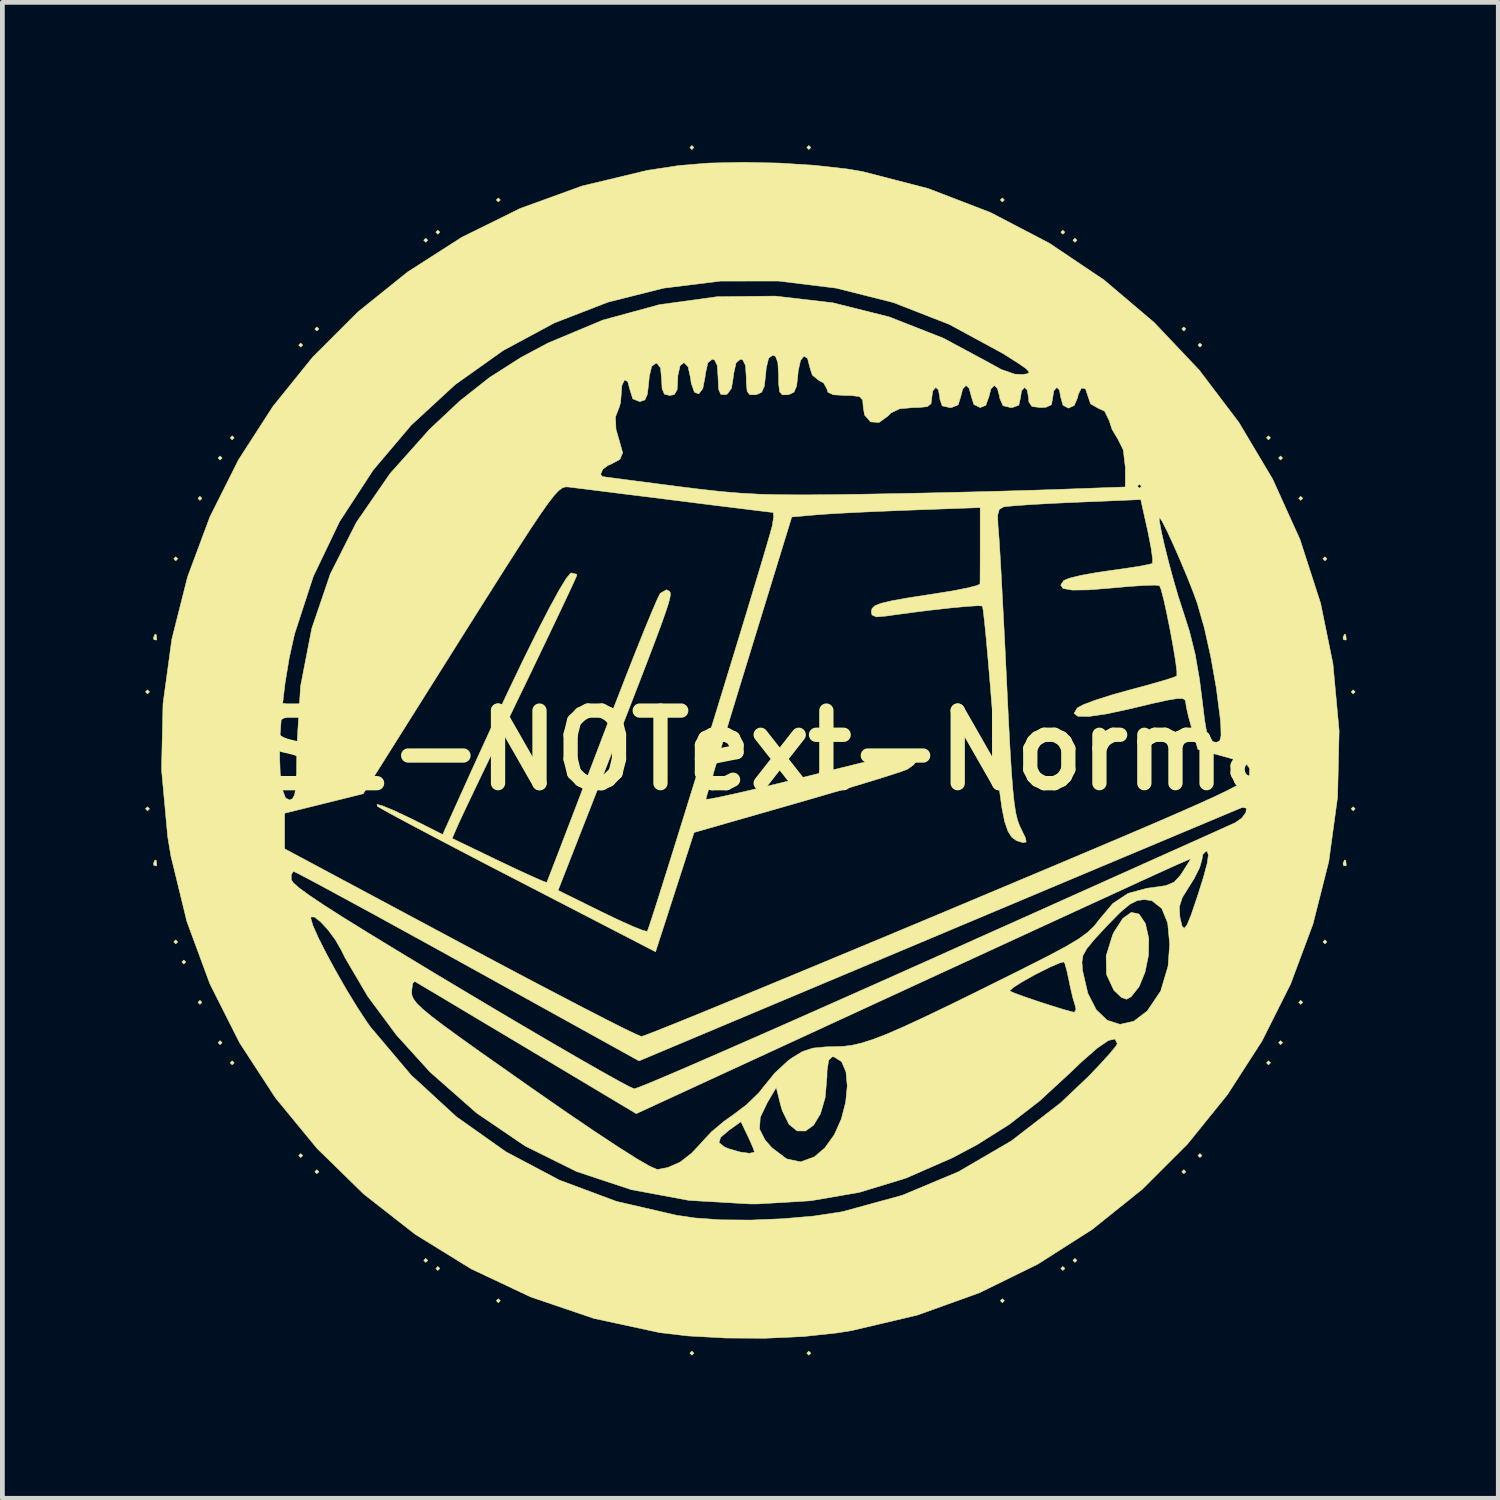
<source format=kicad_pcb>
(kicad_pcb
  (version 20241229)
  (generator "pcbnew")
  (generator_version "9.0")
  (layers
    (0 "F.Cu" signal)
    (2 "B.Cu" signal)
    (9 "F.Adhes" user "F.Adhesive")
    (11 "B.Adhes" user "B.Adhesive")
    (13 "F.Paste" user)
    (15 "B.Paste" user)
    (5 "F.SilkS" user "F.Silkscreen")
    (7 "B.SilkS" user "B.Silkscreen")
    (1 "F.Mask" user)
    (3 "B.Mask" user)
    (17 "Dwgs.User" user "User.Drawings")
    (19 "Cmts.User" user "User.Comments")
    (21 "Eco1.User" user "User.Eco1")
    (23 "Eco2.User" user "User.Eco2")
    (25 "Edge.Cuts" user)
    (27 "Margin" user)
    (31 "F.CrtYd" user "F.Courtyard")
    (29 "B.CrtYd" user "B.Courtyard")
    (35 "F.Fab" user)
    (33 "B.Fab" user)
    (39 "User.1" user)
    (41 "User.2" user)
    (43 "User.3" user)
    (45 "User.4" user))
  (footprint "MSE-NOText-Normal"
    (layer "F.Cu")
    (at 12.705 12.705)
    (property "Reference" "MSE-NOText-Normal" (at 0 0 0) (layer "F.SilkS") (effects (font (size 1.524 1.524) (thickness 0.3))))
    (attr through_hole)
    (fp_poly (pts (xy -12.615 -1.228) (xy -12.658 -1.185) (xy -12.7 -1.228) (xy -12.658 -1.27) (xy -12.615 -1.228)) (stroke (width 0.01) (type solid)) (fill yes) (layer "F.SilkS"))
    (fp_poly (pts (xy -12.615 1.228) (xy -12.658 1.27) (xy -12.7 1.228) (xy -12.658 1.185) (xy -12.615 1.228)) (stroke (width 0.01) (type solid)) (fill yes) (layer "F.SilkS"))
    (fp_poly (pts (xy -12.023 -4.022) (xy -12.065 -3.979) (xy -12.107 -4.022) (xy -12.065 -4.064) (xy -12.023 -4.022)) (stroke (width 0.01) (type solid)) (fill yes) (layer "F.SilkS"))
    (fp_poly (pts (xy -12.023 4.022) (xy -12.065 4.064) (xy -12.107 4.022) (xy -12.065 3.979) (xy -12.023 4.022)) (stroke (width 0.01) (type solid)) (fill yes) (layer "F.SilkS"))
    (fp_poly (pts (xy -11.853 4.445) (xy -11.896 4.487) (xy -11.938 4.445) (xy -11.896 4.403) (xy -11.853 4.445)) (stroke (width 0.01) (type solid)) (fill yes) (layer "F.SilkS"))
    (fp_poly (pts (xy -11.515 -5.292) (xy -11.557 -5.249) (xy -11.599 -5.292) (xy -11.557 -5.334) (xy -11.515 -5.292)) (stroke (width 0.01) (type solid)) (fill yes) (layer "F.SilkS"))
    (fp_poly (pts (xy -11.515 5.292) (xy -11.557 5.334) (xy -11.599 5.292) (xy -11.557 5.249) (xy -11.515 5.292)) (stroke (width 0.01) (type solid)) (fill yes) (layer "F.SilkS"))
    (fp_poly (pts (xy -11.091 -6.138) (xy -11.134 -6.096) (xy -11.176 -6.138) (xy -11.134 -6.181) (xy -11.091 -6.138)) (stroke (width 0.01) (type solid)) (fill yes) (layer "F.SilkS"))
    (fp_poly (pts (xy -11.091 6.138) (xy -11.134 6.181) (xy -11.176 6.138) (xy -11.134 6.096) (xy -11.091 6.138)) (stroke (width 0.01) (type solid)) (fill yes) (layer "F.SilkS"))
    (fp_poly (pts (xy -10.837 -6.562) (xy -10.88 -6.519) (xy -10.922 -6.562) (xy -10.88 -6.604) (xy -10.837 -6.562)) (stroke (width 0.01) (type solid)) (fill yes) (layer "F.SilkS"))
    (fp_poly (pts (xy -10.837 6.562) (xy -10.88 6.604) (xy -10.922 6.562) (xy -10.88 6.519) (xy -10.837 6.562)) (stroke (width 0.01) (type solid)) (fill yes) (layer "F.SilkS"))
    (fp_poly (pts (xy -9.398 -8.509) (xy -9.44 -8.467) (xy -9.483 -8.509) (xy -9.44 -8.551) (xy -9.398 -8.509)) (stroke (width 0.01) (type solid)) (fill yes) (layer "F.SilkS"))
    (fp_poly (pts (xy -9.398 8.509) (xy -9.44 8.551) (xy -9.483 8.509) (xy -9.44 8.467) (xy -9.398 8.509)) (stroke (width 0.01) (type solid)) (fill yes) (layer "F.SilkS"))
    (fp_poly (pts (xy -9.059 -8.848) (xy -9.102 -8.805) (xy -9.144 -8.848) (xy -9.102 -8.89) (xy -9.059 -8.848)) (stroke (width 0.01) (type solid)) (fill yes) (layer "F.SilkS"))
    (fp_poly (pts (xy -9.059 8.848) (xy -9.102 8.89) (xy -9.144 8.848) (xy -9.102 8.805) (xy -9.059 8.848)) (stroke (width 0.01) (type solid)) (fill yes) (layer "F.SilkS"))
    (fp_poly (pts (xy -6.773 -10.71) (xy -6.816 -10.668) (xy -6.858 -10.71) (xy -6.816 -10.753) (xy -6.773 -10.71)) (stroke (width 0.01) (type solid)) (fill yes) (layer "F.SilkS"))
    (fp_poly (pts (xy -6.773 10.71) (xy -6.816 10.753) (xy -6.858 10.71) (xy -6.816 10.668) (xy -6.773 10.71)) (stroke (width 0.01) (type solid)) (fill yes) (layer "F.SilkS"))
    (fp_poly (pts (xy -6.519 -10.88) (xy -6.562 -10.837) (xy -6.604 -10.88) (xy -6.562 -10.922) (xy -6.519 -10.88)) (stroke (width 0.01) (type solid)) (fill yes) (layer "F.SilkS"))
    (fp_poly (pts (xy -6.519 10.88) (xy -6.562 10.922) (xy -6.604 10.88) (xy -6.562 10.837) (xy -6.519 10.88)) (stroke (width 0.01) (type solid)) (fill yes) (layer "F.SilkS"))
    (fp_poly (pts (xy -5.249 -11.557) (xy -5.292 -11.515) (xy -5.334 -11.557) (xy -5.292 -11.599) (xy -5.249 -11.557)) (stroke (width 0.01) (type solid)) (fill yes) (layer "F.SilkS"))
    (fp_poly (pts (xy -5.249 11.557) (xy -5.292 11.599) (xy -5.334 11.557) (xy -5.292 11.515) (xy -5.249 11.557)) (stroke (width 0.01) (type solid)) (fill yes) (layer "F.SilkS"))
    (fp_poly (pts (xy -1.185 -12.658) (xy -1.228 -12.615) (xy -1.27 -12.658) (xy -1.228 -12.7) (xy -1.185 -12.658)) (stroke (width 0.01) (type solid)) (fill yes) (layer "F.SilkS"))
    (fp_poly (pts (xy -1.185 12.658) (xy -1.228 12.7) (xy -1.27 12.658) (xy -1.228 12.615) (xy -1.185 12.658)) (stroke (width 0.01) (type solid)) (fill yes) (layer "F.SilkS"))
    (fp_poly (pts (xy 1.27 -12.658) (xy 1.228 -12.615) (xy 1.185 -12.658) (xy 1.228 -12.7) (xy 1.27 -12.658)) (stroke (width 0.01) (type solid)) (fill yes) (layer "F.SilkS"))
    (fp_poly (pts (xy 1.27 12.658) (xy 1.228 12.7) (xy 1.185 12.658) (xy 1.228 12.615) (xy 1.27 12.658)) (stroke (width 0.01) (type solid)) (fill yes) (layer "F.SilkS"))
    (fp_poly (pts (xy 5.334 -11.557) (xy 5.292 -11.515) (xy 5.249 -11.557) (xy 5.292 -11.599) (xy 5.334 -11.557)) (stroke (width 0.01) (type solid)) (fill yes) (layer "F.SilkS"))
    (fp_poly (pts (xy 5.334 11.557) (xy 5.292 11.599) (xy 5.249 11.557) (xy 5.292 11.515) (xy 5.334 11.557)) (stroke (width 0.01) (type solid)) (fill yes) (layer "F.SilkS"))
    (fp_poly (pts (xy 6.604 -10.88) (xy 6.562 -10.837) (xy 6.519 -10.88) (xy 6.562 -10.922) (xy 6.604 -10.88)) (stroke (width 0.01) (type solid)) (fill yes) (layer "F.SilkS"))
    (fp_poly (pts (xy 6.604 10.88) (xy 6.562 10.922) (xy 6.519 10.88) (xy 6.562 10.837) (xy 6.604 10.88)) (stroke (width 0.01) (type solid)) (fill yes) (layer "F.SilkS"))
    (fp_poly (pts (xy 6.858 -10.71) (xy 6.816 -10.668) (xy 6.773 -10.71) (xy 6.816 -10.753) (xy 6.858 -10.71)) (stroke (width 0.01) (type solid)) (fill yes) (layer "F.SilkS"))
    (fp_poly (pts (xy 6.858 10.71) (xy 6.816 10.753) (xy 6.773 10.71) (xy 6.816 10.668) (xy 6.858 10.71)) (stroke (width 0.01) (type solid)) (fill yes) (layer "F.SilkS"))
    (fp_poly (pts (xy 9.144 -8.848) (xy 9.102 -8.805) (xy 9.059 -8.848) (xy 9.102 -8.89) (xy 9.144 -8.848)) (stroke (width 0.01) (type solid)) (fill yes) (layer "F.SilkS"))
    (fp_poly (pts (xy 9.144 8.848) (xy 9.102 8.89) (xy 9.059 8.848) (xy 9.102 8.805) (xy 9.144 8.848)) (stroke (width 0.01) (type solid)) (fill yes) (layer "F.SilkS"))
    (fp_poly (pts (xy 9.483 -8.509) (xy 9.44 -8.467) (xy 9.398 -8.509) (xy 9.44 -8.551) (xy 9.483 -8.509)) (stroke (width 0.01) (type solid)) (fill yes) (layer "F.SilkS"))
    (fp_poly (pts (xy 9.483 8.509) (xy 9.44 8.551) (xy 9.398 8.509) (xy 9.44 8.467) (xy 9.483 8.509)) (stroke (width 0.01) (type solid)) (fill yes) (layer "F.SilkS"))
    (fp_poly (pts (xy 10.922 -6.562) (xy 10.88 -6.519) (xy 10.837 -6.562) (xy 10.88 -6.604) (xy 10.922 -6.562)) (stroke (width 0.01) (type solid)) (fill yes) (layer "F.SilkS"))
    (fp_poly (pts (xy 10.922 6.562) (xy 10.88 6.604) (xy 10.837 6.562) (xy 10.88 6.519) (xy 10.922 6.562)) (stroke (width 0.01) (type solid)) (fill yes) (layer "F.SilkS"))
    (fp_poly (pts (xy 11.176 -6.138) (xy 11.134 -6.096) (xy 11.091 -6.138) (xy 11.134 -6.181) (xy 11.176 -6.138)) (stroke (width 0.01) (type solid)) (fill yes) (layer "F.SilkS"))
    (fp_poly (pts (xy 11.176 6.138) (xy 11.134 6.181) (xy 11.091 6.138) (xy 11.134 6.096) (xy 11.176 6.138)) (stroke (width 0.01) (type solid)) (fill yes) (layer "F.SilkS"))
    (fp_poly (pts (xy 11.599 -5.292) (xy 11.557 -5.249) (xy 11.515 -5.292) (xy 11.557 -5.334) (xy 11.599 -5.292)) (stroke (width 0.01) (type solid)) (fill yes) (layer "F.SilkS"))
    (fp_poly (pts (xy 11.599 5.292) (xy 11.557 5.334) (xy 11.515 5.292) (xy 11.557 5.249) (xy 11.599 5.292)) (stroke (width 0.01) (type solid)) (fill yes) (layer "F.SilkS"))
    (fp_poly (pts (xy 12.107 -4.022) (xy 12.065 -3.979) (xy 12.023 -4.022) (xy 12.065 -4.064) (xy 12.107 -4.022)) (stroke (width 0.01) (type solid)) (fill yes) (layer "F.SilkS"))
    (fp_poly (pts (xy 12.107 4.022) (xy 12.065 4.064) (xy 12.023 4.022) (xy 12.065 3.979) (xy 12.107 4.022)) (stroke (width 0.01) (type solid)) (fill yes) (layer "F.SilkS"))
    (fp_poly (pts (xy 12.7 -1.228) (xy 12.658 -1.185) (xy 12.615 -1.228) (xy 12.658 -1.27) (xy 12.7 -1.228)) (stroke (width 0.01) (type solid)) (fill yes) (layer "F.SilkS"))
    (fp_poly (pts (xy 12.7 1.228) (xy 12.658 1.27) (xy 12.615 1.228) (xy 12.658 1.185) (xy 12.7 1.228)) (stroke (width 0.01) (type solid)) (fill yes) (layer "F.SilkS"))
    (fp_poly (pts (xy -12.474 -2.427) (xy -12.464 -2.327) (xy -12.474 -2.314) (xy -12.525 -2.326) (xy -12.531 -2.371) (xy -12.5 -2.44) (xy -12.474 -2.427)) (stroke (width 0.01) (type solid)) (fill yes) (layer "F.SilkS"))
    (fp_poly (pts (xy -12.474 2.314) (xy -12.464 2.415) (xy -12.474 2.427) (xy -12.525 2.415) (xy -12.531 2.371) (xy -12.5 2.301) (xy -12.474 2.314)) (stroke (width 0.01) (type solid)) (fill yes) (layer "F.SilkS"))
    (fp_poly (pts (xy 12.502 -2.427) (xy 12.513 -2.327) (xy 12.502 -2.314) (xy 12.452 -2.326) (xy 12.446 -2.371) (xy 12.477 -2.44) (xy 12.502 -2.427)) (stroke (width 0.01) (type solid)) (fill yes) (layer "F.SilkS"))
    (fp_poly (pts (xy 12.502 2.314) (xy 12.513 2.415) (xy 12.502 2.427) (xy 12.452 2.415) (xy 12.446 2.371) (xy 12.477 2.301) (xy 12.502 2.314)) (stroke (width 0.01) (type solid)) (fill yes) (layer "F.SilkS"))
    (fp_poly (pts (xy 8.161 3.437) (xy 8.295 3.634) (xy 8.296 3.637) (xy 8.366 3.948) (xy 8.36 4.304) (xy 8.288 4.658) (xy 8.163 4.963) (xy 7.997 5.172) (xy 7.899 5.227) (xy 7.791 5.188) (xy 7.646 5.051) (xy 7.629 5.03) (xy 7.479 4.707) (xy 7.471 4.315) (xy 7.606 3.879) (xy 7.641 3.807) (xy 7.823 3.527) (xy 8 3.402) (xy 8.161 3.437)) (stroke (width 0.01) (type solid)) (fill yes) (layer "F.SilkS"))
    (fp_poly (pts (xy 0.609 -12.331) (xy 1.357 -12.283) (xy 2.029 -12.208) (xy 2.355 -12.153) (xy 3.732 -11.797) (xy 5.043 -11.293) (xy 6.277 -10.649) (xy 7.426 -9.877) (xy 8.478 -8.985) (xy 9.426 -7.984) (xy 10.259 -6.884) (xy 10.968 -5.694) (xy 11.542 -4.426) (xy 11.974 -3.089) (xy 12.233 -1.82) (xy 12.363 -0.41) (xy 12.331 0.978) (xy 12.146 2.334) (xy 11.814 3.647) (xy 11.344 4.908) (xy 10.743 6.105) (xy 10.019 7.229) (xy 9.178 8.269) (xy 8.23 9.216) (xy 7.181 10.058) (xy 6.039 10.787) (xy 4.812 11.39) (xy 3.507 11.859) (xy 2.131 12.183) (xy 1.82 12.233) (xy 1.112 12.309) (xy 0.309 12.345) (xy -0.521 12.34) (xy -1.31 12.296) (xy -1.902 12.227) (xy -3.287 11.928) (xy -4.611 11.478) (xy -5.864 10.887) (xy -7.036 10.163) (xy -8.118 9.317) (xy -9.099 8.358) (xy -9.971 7.297) (xy -10.723 6.143) (xy -11.347 4.906) (xy -11.831 3.595) (xy -11.847 3.529) (xy -9.229 3.529) (xy -9.186 3.676) (xy -9.072 3.934) (xy -8.903 4.267) (xy -8.698 4.645) (xy -8.476 5.032) (xy -8.254 5.396) (xy -8.051 5.704) (xy -7.978 5.807) (xy -7.126 6.816) (xy -6.174 7.692) (xy -5.131 8.43) (xy -4.007 9.025) (xy -2.811 9.471) (xy -1.551 9.762) (xy -1.161 9.819) (xy -0.626 9.858) (xy 0.012 9.863) (xy 0.687 9.835) (xy 1.337 9.778) (xy 1.899 9.693) (xy 1.942 9.685) (xy 3.191 9.343) (xy 4.373 8.847) (xy 5.482 8.2) (xy 6.513 7.404) (xy 7.091 6.857) (xy 7.346 6.59) (xy 7.549 6.366) (xy 7.676 6.212) (xy 7.705 6.161) (xy 7.659 6.062) (xy 7.521 6.091) (xy 7.288 6.25) (xy 6.956 6.54) (xy 6.73 6.757) (xy 6.073 7.362) (xy 5.434 7.857) (xy 4.757 8.283) (xy 4.245 8.555) (xy 3.265 8.984) (xy 2.288 9.282) (xy 1.268 9.458) (xy 0.161 9.524) (xy 0 9.525) (xy -1.289 9.45) (xy -2.503 9.224) (xy -3.648 8.844) (xy -4.729 8.308) (xy -5.75 7.614) (xy -6.719 6.76) (xy -6.741 6.738) (xy -7.432 5.976) (xy -8.033 5.166) (xy -8.089 5.071) (xy -7.112 5.071) (xy -7.105 5.144) (xy -7.073 5.22) (xy -7.005 5.311) (xy -6.886 5.427) (xy -6.703 5.579) (xy -6.443 5.777) (xy -6.092 6.033) (xy -5.637 6.358) (xy -5.065 6.76) (xy -4.636 7.062) (xy -3.914 7.564) (xy -3.293 7.986) (xy -2.78 8.325) (xy -2.382 8.577) (xy -2.105 8.737) (xy -1.956 8.8) (xy -1.947 8.801) (xy -1.731 8.759) (xy -1.488 8.653) (xy -1.467 8.641) (xy -1.228 8.454) (xy -1.026 8.238) (xy -0.658 8.238) (xy -0.538 8.331) (xy -0.445 8.368) (xy -0.212 8.435) (xy -0.019 8.461) (xy 0.081 8.439) (xy 0.085 8.427) (xy 0.052 8.333) (xy -0.03 8.147) (xy -0.056 8.093) (xy -0.124 7.951) (xy 0.192 7.951) (xy 0.31 8.184) (xy 0.457 8.348) (xy 0.763 8.579) (xy 1.055 8.641) (xy 1.345 8.536) (xy 1.566 8.346) (xy 1.764 8.07) (xy 1.911 7.739) (xy 2.002 7.386) (xy 2.035 7.046) (xy 2.008 6.752) (xy 1.917 6.538) (xy 1.761 6.438) (xy 1.719 6.435) (xy 1.645 6.506) (xy 1.611 6.727) (xy 1.609 6.856) (xy 1.571 7.292) (xy 1.472 7.633) (xy 1.328 7.871) (xy 1.158 7.993) (xy 0.98 7.991) (xy 0.811 7.852) (xy 0.671 7.566) (xy 0.632 7.432) (xy 0.544 7.079) (xy 0.357 7.396) (xy 0.209 7.705) (xy 0.192 7.951) (xy -0.124 7.951) (xy -0.197 7.797) (xy -0.437 7.968) (xy -0.624 8.126) (xy -0.658 8.238) (xy -1.026 8.238) (xy -1.013 8.224) (xy -1.001 8.208) (xy -0.818 8.012) (xy -0.556 7.792) (xy -0.363 7.656) (xy -0.078 7.44) (xy 0.18 7.189) (xy 0.3 7.037) (xy 0.515 6.775) (xy 0.784 6.525) (xy 0.867 6.463) (xy 1.094 6.325) (xy 1.314 6.252) (xy 1.597 6.225) (xy 1.771 6.222) (xy 1.948 6.216) (xy 2.129 6.194) (xy 2.33 6.148) (xy 2.567 6.073) (xy 2.856 5.962) (xy 3.213 5.807) (xy 3.654 5.603) (xy 4.196 5.343) (xy 4.799 5.047) (xy 5.447 5.047) (xy 5.448 5.053) (xy 5.542 5.096) (xy 5.75 5.172) (xy 6.024 5.266) (xy 6.315 5.36) (xy 6.575 5.441) (xy 6.756 5.491) (xy 6.804 5.5) (xy 6.838 5.439) (xy 6.819 5.355) (xy 6.767 5.18) (xy 6.709 4.926) (xy 6.693 4.843) (xy 6.643 4.613) (xy 6.6 4.465) (xy 6.591 4.449) (xy 6.963 4.449) (xy 6.976 4.621) (xy 6.979 4.637) (xy 7.086 5.1) (xy 7.263 5.447) (xy 7.495 5.668) (xy 7.763 5.753) (xy 8.05 5.689) (xy 8.334 5.473) (xy 8.616 5.055) (xy 8.771 4.532) (xy 8.805 4.071) (xy 8.763 3.625) (xy 8.638 3.319) (xy 8.596 3.286) (xy 9.008 3.286) (xy 9.019 3.493) (xy 9.025 3.525) (xy 9.064 3.688) (xy 9.109 3.739) (xy 9.169 3.666) (xy 9.256 3.455) (xy 9.378 3.094) (xy 9.38 3.09) (xy 9.516 2.66) (xy 9.594 2.368) (xy 9.618 2.195) (xy 9.591 2.122) (xy 9.569 2.117) (xy 9.5 2.188) (xy 9.483 2.292) (xy 9.436 2.459) (xy 9.318 2.695) (xy 9.225 2.842) (xy 9.07 3.092) (xy 9.008 3.286) (xy 8.596 3.286) (xy 8.433 3.158) (xy 8.277 3.133) (xy 8.125 3.154) (xy 7.969 3.232) (xy 7.777 3.392) (xy 7.516 3.655) (xy 7.47 3.704) (xy 7.218 3.977) (xy 7.063 4.166) (xy 6.984 4.31) (xy 6.963 4.449) (xy 6.591 4.449) (xy 6.587 4.443) (xy 6.501 4.462) (xy 6.305 4.546) (xy 6.038 4.678) (xy 5.979 4.709) (xy 5.714 4.857) (xy 5.525 4.977) (xy 5.447 5.047) (xy 4.799 5.047) (xy 4.853 5.02) (xy 5.644 4.627) (xy 5.761 4.568) (xy 6.261 4.315) (xy 6.632 4.116) (xy 6.9 3.956) (xy 7.089 3.817) (xy 7.225 3.685) (xy 7.315 3.568) (xy 7.61 3.217) (xy 7.932 3.003) (xy 8.332 2.895) (xy 8.45 2.88) (xy 8.727 2.84) (xy 8.899 2.767) (xy 9.027 2.628) (xy 9.076 2.555) (xy 9.253 2.273) (xy 8.966 2.397) (xy 8.843 2.453) (xy 8.579 2.573) (xy 8.187 2.752) (xy 7.681 2.985) (xy 7.073 3.264) (xy 6.375 3.585) (xy 5.602 3.941) (xy 4.767 4.326) (xy 3.881 4.734) (xy 3.142 5.075) (xy -2.395 7.629) (xy -4.69 6.257) (xy -5.255 5.92) (xy -5.773 5.611) (xy -6.226 5.34) (xy -6.598 5.118) (xy -6.869 4.957) (xy -7.022 4.866) (xy -7.048 4.851) (xy -7.092 4.898) (xy -7.112 5.061) (xy -7.112 5.071) (xy -8.089 5.071) (xy -8.511 4.353) (xy -8.587 4.198) (xy -8.712 3.98) (xy -8.866 3.771) (xy -9.022 3.602) (xy -9.15 3.501) (xy -9.222 3.498) (xy -9.229 3.529) (xy -11.847 3.529) (xy -12.071 2.61) (xy -9.639 2.61) (xy -9.637 2.719) (xy -9.594 2.784) (xy -9.474 2.889) (xy -9.267 3.04) (xy -8.965 3.243) (xy -8.558 3.503) (xy -8.037 3.826) (xy -7.393 4.219) (xy -6.617 4.688) (xy -6.096 5) (xy -5.392 5.42) (xy -4.729 5.812) (xy -4.121 6.168) (xy -3.585 6.479) (xy -3.133 6.737) (xy -2.782 6.933) (xy -2.545 7.06) (xy -2.438 7.107) (xy -2.436 7.107) (xy -2.338 7.074) (xy -2.097 6.977) (xy -1.725 6.82) (xy -1.236 6.61) (xy -0.639 6.35) (xy 0.051 6.048) (xy 0.825 5.707) (xy 1.669 5.333) (xy 2.571 4.932) (xy 3.52 4.508) (xy 3.829 4.37) (xy 4.793 3.937) (xy 5.717 3.524) (xy 6.587 3.133) (xy 7.392 2.772) (xy 8.119 2.446) (xy 8.756 2.16) (xy 9.292 1.92) (xy 9.713 1.731) (xy 10.007 1.598) (xy 10.163 1.528) (xy 10.181 1.52) (xy 10.32 1.422) (xy 10.405 1.306) (xy 10.417 1.216) (xy 10.339 1.198) (xy 10.308 1.208) (xy 10.215 1.246) (xy 9.978 1.345) (xy 9.609 1.5) (xy 9.119 1.706) (xy 8.521 1.957) (xy 7.827 2.248) (xy 7.048 2.575) (xy 6.196 2.933) (xy 5.284 3.317) (xy 4.323 3.721) (xy 3.933 3.885) (xy -2.337 6.521) (xy -5.931 4.531) (xy -6.647 4.135) (xy -7.319 3.766) (xy -7.931 3.43) (xy -8.47 3.137) (xy -8.92 2.893) (xy -9.267 2.707) (xy -9.496 2.587) (xy -9.593 2.541) (xy -9.594 2.541) (xy -9.639 2.61) (xy -12.071 2.61) (xy -12.166 2.221) (xy -12.233 1.82) (xy -12.279 1.321) (xy -9.779 1.321) (xy -9.779 2.067) (xy -6.096 4.038) (xy -5.366 4.428) (xy -4.679 4.792) (xy -4.049 5.122) (xy -3.493 5.412) (xy -3.024 5.653) (xy -2.657 5.838) (xy -2.408 5.958) (xy -2.291 6.007) (xy -2.286 6.008) (xy -2.19 5.976) (xy -1.95 5.883) (xy -1.577 5.734) (xy -1.084 5.534) (xy -0.483 5.287) (xy 0.214 5) (xy 0.996 4.676) (xy 1.85 4.321) (xy 2.765 3.94) (xy 3.729 3.537) (xy 4.149 3.361) (xy 5.291 2.881) (xy 6.288 2.462) (xy 7.148 2.099) (xy 7.882 1.788) (xy 8.5 1.524) (xy 9.011 1.302) (xy 9.426 1.119) (xy 9.755 0.969) (xy 10.008 0.848) (xy 10.194 0.751) (xy 10.325 0.674) (xy 10.409 0.613) (xy 10.456 0.563) (xy 10.478 0.519) (xy 10.482 0.498) (xy 10.482 0.379) (xy 10.426 0.297) (xy 10.279 0.227) (xy 10.007 0.146) (xy 9.953 0.131) (xy 9.399 -0.019) (xy 9.272 -0.448) (xy 9.199 -0.713) (xy 9.153 -0.92) (xy 9.144 -0.989) (xy 9.133 -1.052) (xy 9.083 -1.086) (xy 8.97 -1.088) (xy 8.767 -1.055) (xy 8.451 -0.986) (xy 7.996 -0.877) (xy 7.993 -0.876) (xy 7.48 -0.765) (xy 7.106 -0.711) (xy 6.877 -0.715) (xy 6.797 -0.777) (xy 6.865 -0.89) (xy 6.992 -0.959) (xy 7.246 -1.054) (xy 7.589 -1.163) (xy 7.948 -1.264) (xy 8.329 -1.366) (xy 8.647 -1.457) (xy 8.867 -1.525) (xy 8.955 -1.561) (xy 8.956 -1.655) (xy 8.929 -1.873) (xy 8.879 -2.174) (xy 8.817 -2.515) (xy 8.748 -2.856) (xy 8.683 -3.155) (xy 8.627 -3.37) (xy 8.592 -3.459) (xy 8.495 -3.469) (xy 8.264 -3.462) (xy 7.937 -3.44) (xy 7.596 -3.409) (xy 7.1 -3.369) (xy 6.76 -3.365) (xy 6.568 -3.398) (xy 6.517 -3.469) (xy 6.58 -3.565) (xy 6.699 -3.615) (xy 6.947 -3.675) (xy 7.282 -3.735) (xy 7.537 -3.772) (xy 7.9 -3.823) (xy 8.197 -3.87) (xy 8.39 -3.909) (xy 8.443 -3.927) (xy 8.446 -4.024) (xy 8.416 -4.243) (xy 8.358 -4.541) (xy 8.342 -4.618) (xy 8.281 -4.89) (xy 8.587 -4.89) (xy 8.591 -4.797) (xy 8.633 -4.58) (xy 8.702 -4.277) (xy 8.79 -3.926) (xy 8.888 -3.566) (xy 8.984 -3.236) (xy 9.059 -3.006) (xy 9.22 -2.502) (xy 9.339 -2.024) (xy 9.43 -1.5) (xy 9.491 -1.025) (xy 9.538 -0.637) (xy 9.581 -0.388) (xy 9.629 -0.247) (xy 9.693 -0.184) (xy 9.784 -0.169) (xy 9.788 -0.169) (xy 9.856 -0.198) (xy 9.884 -0.307) (xy 9.878 -0.531) (xy 9.863 -0.699) (xy 9.784 -1.31) (xy 9.67 -1.955) (xy 9.534 -2.566) (xy 9.388 -3.077) (xy 9.384 -3.089) (xy 9.287 -3.355) (xy 9.159 -3.675) (xy 9.016 -4.015) (xy 8.872 -4.342) (xy 8.743 -4.619) (xy 8.644 -4.814) (xy 8.59 -4.891) (xy 8.587 -4.89) (xy 8.281 -4.89) (xy 8.198 -5.265) (xy 6.829 -5.208) (xy 6.355 -5.186) (xy 5.934 -5.163) (xy 5.597 -5.14) (xy 5.376 -5.12) (xy 5.313 -5.11) (xy 5.227 -5.058) (xy 5.193 -4.938) (xy 5.201 -4.706) (xy 5.208 -4.63) (xy 5.223 -4.438) (xy 5.244 -4.101) (xy 5.27 -3.644) (xy 5.299 -3.091) (xy 5.332 -2.465) (xy 5.365 -1.792) (xy 5.382 -1.439) (xy 5.419 -0.669) (xy 5.452 -0.048) (xy 5.482 0.441) (xy 5.511 0.818) (xy 5.541 1.102) (xy 5.573 1.312) (xy 5.611 1.467) (xy 5.654 1.585) (xy 5.679 1.636) (xy 5.776 1.837) (xy 5.792 1.925) (xy 5.73 1.937) (xy 5.705 1.933) (xy 5.586 1.895) (xy 5.489 1.823) (xy 5.409 1.697) (xy 5.341 1.5) (xy 5.283 1.214) (xy 5.229 0.822) (xy 5.176 0.306) (xy 5.119 -0.352) (xy 5.087 -0.754) (xy 5.039 -1.351) (xy 4.993 -1.891) (xy 4.952 -2.351) (xy 4.916 -2.71) (xy 4.889 -2.943) (xy 4.873 -3.03) (xy 4.777 -3.036) (xy 4.547 -3.022) (xy 4.216 -2.991) (xy 3.818 -2.947) (xy 3.385 -2.893) (xy 2.951 -2.834) (xy 2.857 -2.82) (xy 2.645 -2.802) (xy 2.554 -2.843) (xy 2.54 -2.909) (xy 2.555 -2.978) (xy 2.616 -3.036) (xy 2.746 -3.088) (xy 2.969 -3.14) (xy 3.308 -3.201) (xy 3.788 -3.275) (xy 3.897 -3.292) (xy 4.268 -3.352) (xy 4.568 -3.412) (xy 4.764 -3.462) (xy 4.822 -3.493) (xy 4.824 -3.6) (xy 4.825 -3.836) (xy 4.826 -4.157) (xy 4.826 -4.326) (xy 4.826 -5.097) (xy 3.365 -5.044) (xy 2.84 -5.023) (xy 2.332 -5.001) (xy 1.884 -4.978) (xy 1.536 -4.957) (xy 1.387 -4.945) (xy 0.87 -4.9) (xy -0.032 -1.963) (xy -0.239 -1.289) (xy -0.429 -0.667) (xy -0.596 -0.114) (xy -0.736 0.35) (xy -0.842 0.707) (xy -0.91 0.939) (xy -0.933 1.027) (xy -0.854 1.022) (xy -0.633 0.979) (xy -0.29 0.904) (xy 0.151 0.801) (xy 0.671 0.676) (xy 1.206 0.543) (xy 1.787 0.398) (xy 2.316 0.267) (xy 2.771 0.157) (xy 3.128 0.072) (xy 3.365 0.019) (xy 3.456 0.002) (xy 3.543 0.05) (xy 3.528 0.167) (xy 3.43 0.303) (xy 3.301 0.396) (xy 3.165 0.447) (xy 2.889 0.537) (xy 2.499 0.658) (xy 2.019 0.803) (xy 1.472 0.963) (xy 0.955 1.113) (xy -1.181 1.725) (xy -1.585 2.977) (xy -1.99 4.23) (xy -4.868 2.742) (xy -5.514 2.408) (xy -6.114 2.095) (xy -6.651 1.813) (xy -7.107 1.572) (xy -7.467 1.379) (xy -7.712 1.244) (xy -7.827 1.177) (xy -7.832 1.172) (xy -7.839 1.134) (xy -7.715 1.168) (xy -7.476 1.267) (xy -7.14 1.426) (xy -6.962 1.514) (xy -6.46 1.768) (xy -5.841 0.398) (xy -5.461 -0.433) (xy -5.104 -1.198) (xy -4.775 -1.886) (xy -4.48 -2.483) (xy -4.226 -2.977) (xy -4.019 -3.357) (xy -3.866 -3.609) (xy -3.772 -3.721) (xy -3.759 -3.725) (xy -3.652 -3.699) (xy -3.641 -3.68) (xy -3.676 -3.596) (xy -3.777 -3.378) (xy -3.934 -3.044) (xy -4.139 -2.612) (xy -4.383 -2.102) (xy -4.657 -1.53) (xy -4.835 -1.162) (xy -5.13 -0.55) (xy -5.405 0.024) (xy -5.652 0.538) (xy -5.86 0.973) (xy -6.019 1.308) (xy -6.119 1.523) (xy -6.145 1.581) (xy -6.262 1.849) (xy -5.277 2.323) (xy -4.908 2.498) (xy -4.599 2.64) (xy -4.38 2.737) (xy -4.279 2.774) (xy -4.275 2.774) (xy -4.242 2.693) (xy -4.156 2.47) (xy -4.023 2.125) (xy -3.85 1.674) (xy -3.643 1.134) (xy -3.41 0.523) (xy -3.157 -0.14) (xy -3.13 -0.212) (xy -2.872 -0.886) (xy -2.629 -1.512) (xy -2.408 -2.073) (xy -2.216 -2.551) (xy -2.061 -2.926) (xy -1.951 -3.18) (xy -1.893 -3.296) (xy -1.891 -3.298) (xy -1.761 -3.371) (xy -1.699 -3.341) (xy -1.683 -3.316) (xy -1.678 -3.273) (xy -1.689 -3.2) (xy -1.719 -3.085) (xy -1.775 -2.913) (xy -1.859 -2.674) (xy -1.977 -2.355) (xy -2.133 -1.944) (xy -2.332 -1.427) (xy -2.578 -0.793) (xy -2.876 -0.03) (xy -3.23 0.877) (xy -3.321 1.11) (xy -4.037 2.94) (xy -3.122 3.392) (xy -2.765 3.563) (xy -2.467 3.697) (xy -2.256 3.781) (xy -2.165 3.802) (xy -2.165 3.802) (xy -2.132 3.715) (xy -2.056 3.484) (xy -1.942 3.129) (xy -1.796 2.666) (xy -1.623 2.115) (xy -1.43 1.494) (xy -1.221 0.822) (xy -1.003 0.116) (xy -0.78 -0.605) (xy -0.56 -1.322) (xy -0.347 -2.017) (xy -0.147 -2.672) (xy 0.034 -3.269) (xy 0.19 -3.788) (xy 0.317 -4.212) (xy 0.407 -4.521) (xy 0.456 -4.699) (xy 0.461 -4.72) (xy 0.49 -4.905) (xy 0.482 -4.994) (xy 0.478 -4.995) (xy 0.385 -5.005) (xy 0.148 -5.034) (xy -0.209 -5.078) (xy -0.664 -5.134) (xy -1.193 -5.2) (xy -1.582 -5.249) (xy -2.16 -5.322) (xy -2.693 -5.388) (xy -3.154 -5.446) (xy -3.517 -5.492) (xy -3.755 -5.521) (xy -3.828 -5.53) (xy -3.887 -5.53) (xy -3.949 -5.509) (xy -4.023 -5.454) (xy -4.119 -5.352) (xy -4.243 -5.192) (xy -4.406 -4.961) (xy -4.616 -4.648) (xy -4.88 -4.24) (xy -5.209 -3.725) (xy -5.61 -3.091) (xy -6.093 -2.325) (xy -6.094 -2.323) (xy -8.129 0.912) (xy -8.954 1.117) (xy -9.779 1.321) (xy -12.279 1.321) (xy -12.363 0.409) (xy -12.357 0.118) (xy -9.884 0.118) (xy -9.87 0.516) (xy -9.828 0.819) (xy -9.758 1.002) (xy -9.667 1.044) (xy -9.608 1.009) (xy -9.567 0.923) (xy -9.542 0.757) (xy -9.529 0.486) (xy -9.524 0.08) (xy -9.523 -0.068) (xy -9.444 -1.347) (xy -9.209 -2.558) (xy -8.819 -3.704) (xy -8.271 -4.788) (xy -7.573 -5.8) (xy -3.143 -5.8) (xy -3.111 -5.75) (xy -3.025 -5.737) (xy -2.797 -5.707) (xy -2.454 -5.662) (xy -2.023 -5.606) (xy -1.529 -5.542) (xy -1.524 -5.541) (xy -1.031 -5.48) (xy -0.603 -5.433) (xy -0.207 -5.4) (xy 0.191 -5.378) (xy 0.626 -5.367) (xy 1.132 -5.364) (xy 1.742 -5.369) (xy 2.413 -5.379) (xy 3.136 -5.392) (xy 3.899 -5.408) (xy 4.658 -5.426) (xy 5.368 -5.445) (xy 5.984 -5.463) (xy 6.329 -5.474) (xy 7.874 -5.53) (xy 7.874 -5.546) (xy 8.128 -5.546) (xy 8.17 -5.503) (xy 8.213 -5.546) (xy 8.17 -5.588) (xy 8.128 -5.546) (xy 7.874 -5.546) (xy 7.874 -5.939) (xy 7.831 -6.307) (xy 7.726 -6.52) (xy 7.595 -6.74) (xy 7.535 -6.923) (xy 7.439 -7.122) (xy 7.307 -7.181) (xy 7.144 -7.275) (xy 7.096 -7.416) (xy 7.038 -7.589) (xy 6.954 -7.608) (xy 6.884 -7.473) (xy 6.874 -7.411) (xy 6.801 -7.24) (xy 6.678 -7.185) (xy 6.565 -7.246) (xy 6.519 -7.408) (xy 6.49 -7.567) (xy 6.435 -7.62) (xy 6.371 -7.548) (xy 6.35 -7.408) (xy 6.323 -7.257) (xy 6.206 -7.202) (xy 6.096 -7.197) (xy 5.914 -7.219) (xy 5.848 -7.316) (xy 5.842 -7.408) (xy 5.813 -7.567) (xy 5.757 -7.62) (xy 5.694 -7.548) (xy 5.673 -7.408) (xy 5.637 -7.247) (xy 5.5 -7.197) (xy 5.467 -7.197) (xy 5.307 -7.236) (xy 5.24 -7.384) (xy 5.234 -7.429) (xy 5.188 -7.599) (xy 5.122 -7.662) (xy 5.052 -7.589) (xy 5.011 -7.429) (xy 4.945 -7.244) (xy 4.826 -7.197) (xy 4.693 -7.262) (xy 4.641 -7.429) (xy 4.595 -7.599) (xy 4.53 -7.662) (xy 4.46 -7.589) (xy 4.418 -7.429) (xy 4.364 -7.254) (xy 4.226 -7.198) (xy 4.185 -7.197) (xy 4.028 -7.233) (xy 3.98 -7.374) (xy 3.979 -7.408) (xy 3.95 -7.567) (xy 3.895 -7.62) (xy 3.831 -7.548) (xy 3.81 -7.408) (xy 3.795 -7.279) (xy 3.718 -7.217) (xy 3.537 -7.198) (xy 3.421 -7.197) (xy 3.134 -7.172) (xy 2.951 -7.083) (xy 2.887 -7.017) (xy 2.702 -6.884) (xy 2.524 -6.897) (xy 2.399 -7.04) (xy 2.371 -7.202) (xy 2.359 -7.355) (xy 2.294 -7.427) (xy 2.129 -7.449) (xy 1.99 -7.451) (xy 1.743 -7.466) (xy 1.629 -7.519) (xy 1.609 -7.586) (xy 1.538 -7.715) (xy 1.444 -7.764) (xy 1.301 -7.88) (xy 1.254 -8.024) (xy 1.202 -8.228) (xy 1.128 -8.279) (xy 1.055 -8.188) (xy 1.005 -7.967) (xy 1 -7.901) (xy 0.972 -7.649) (xy 0.917 -7.521) (xy 0.81 -7.47) (xy 0.783 -7.466) (xy 0.671 -7.465) (xy 0.614 -7.529) (xy 0.595 -7.698) (xy 0.593 -7.868) (xy 0.578 -8.14) (xy 0.53 -8.272) (xy 0.47 -8.297) (xy 0.384 -8.233) (xy 0.334 -8.027) (xy 0.322 -7.895) (xy 0.294 -7.645) (xy 0.238 -7.519) (xy 0.128 -7.47) (xy 0.106 -7.466) (xy -0.011 -7.466) (xy -0.067 -7.537) (xy -0.084 -7.72) (xy -0.085 -7.826) (xy -0.102 -8.083) (xy -0.16 -8.199) (xy -0.207 -8.213) (xy -0.299 -8.138) (xy -0.35 -7.909) (xy -0.355 -7.854) (xy -0.396 -7.601) (xy -0.482 -7.483) (xy -0.529 -7.466) (xy -0.621 -7.476) (xy -0.665 -7.577) (xy -0.677 -7.806) (xy -0.677 -7.825) (xy -0.695 -8.082) (xy -0.752 -8.199) (xy -0.799 -8.213) (xy -0.892 -8.138) (xy -0.943 -7.909) (xy -0.948 -7.853) (xy -0.998 -7.596) (xy -1.083 -7.484) (xy -1.174 -7.52) (xy -1.241 -7.708) (xy -1.254 -7.811) (xy -1.307 -8.053) (xy -1.392 -8.141) (xy -1.474 -8.079) (xy -1.522 -7.867) (xy -1.524 -7.789) (xy -1.538 -7.568) (xy -1.596 -7.47) (xy -1.693 -7.451) (xy -1.804 -7.479) (xy -1.853 -7.594) (xy -1.863 -7.789) (xy -1.885 -8.028) (xy -1.958 -8.124) (xy -1.985 -8.128) (xy -2.071 -8.063) (xy -2.121 -7.857) (xy -2.133 -7.726) (xy -2.161 -7.478) (xy -2.214 -7.358) (xy -2.314 -7.324) (xy -2.328 -7.324) (xy -2.467 -7.38) (xy -2.524 -7.556) (xy -2.574 -7.744) (xy -2.641 -7.778) (xy -2.696 -7.666) (xy -2.709 -7.507) (xy -2.725 -7.297) (xy -2.764 -7.171) (xy -2.768 -7.167) (xy -2.832 -6.999) (xy -2.821 -6.742) (xy -2.741 -6.465) (xy -2.681 -6.248) (xy -2.739 -6.109) (xy -2.94 -6.001) (xy -2.985 -5.985) (xy -3.096 -5.903) (xy -3.143 -5.8) (xy -7.573 -5.8) (xy -7.566 -5.81) (xy -6.738 -6.738) (xy -6.099 -7.337) (xy -5.478 -7.827) (xy -4.819 -8.248) (xy -4.245 -8.554) (xy -3.098 -9.034) (xy -1.91 -9.358) (xy -0.697 -9.525) (xy 0.524 -9.538) (xy 1.734 -9.397) (xy 2.917 -9.101) (xy 4.056 -8.653) (xy 4.9 -8.2) (xy 5.271 -7.997) (xy 5.55 -7.9) (xy 5.709 -7.891) (xy 5.822 -7.908) (xy 5.856 -7.942) (xy 5.794 -8.011) (xy 5.621 -8.132) (xy 5.319 -8.323) (xy 5.309 -8.33) (xy 4.175 -8.945) (xy 3.001 -9.403) (xy 1.802 -9.705) (xy 0.59 -9.854) (xy -0.622 -9.853) (xy -1.819 -9.705) (xy -2.988 -9.411) (xy -4.116 -8.974) (xy -5.189 -8.396) (xy -6.195 -7.681) (xy -7.119 -6.83) (xy -7.92 -5.884) (xy -8.625 -4.803) (xy -9.177 -3.65) (xy -9.571 -2.44) (xy -9.683 -1.934) (xy -9.771 -1.401) (xy -9.834 -0.865) (xy -9.872 -0.351) (xy -9.884 0.118) (xy -12.357 0.118) (xy -12.332 -0.979) (xy -12.147 -2.334) (xy -11.816 -3.645) (xy -11.347 -4.904) (xy -10.748 -6.099) (xy -10.025 -7.22) (xy -9.187 -8.259) (xy -8.241 -9.204) (xy -7.195 -10.045) (xy -6.057 -10.774) (xy -4.833 -11.378) (xy -3.533 -11.85) (xy -2.163 -12.178) (xy -1.494 -12.28) (xy -0.875 -12.331) (xy -0.154 -12.347) (xy 0.609 -12.331)) (stroke (width 0.01) (type solid)) (fill yes) (layer "F.SilkS")))
  (gr_rect
    (start -3 -3)
    (end 28.41 28.41)
    (stroke (width 0.1) (type default))
    (fill no)
    (layer "Edge.Cuts")))
</source>
